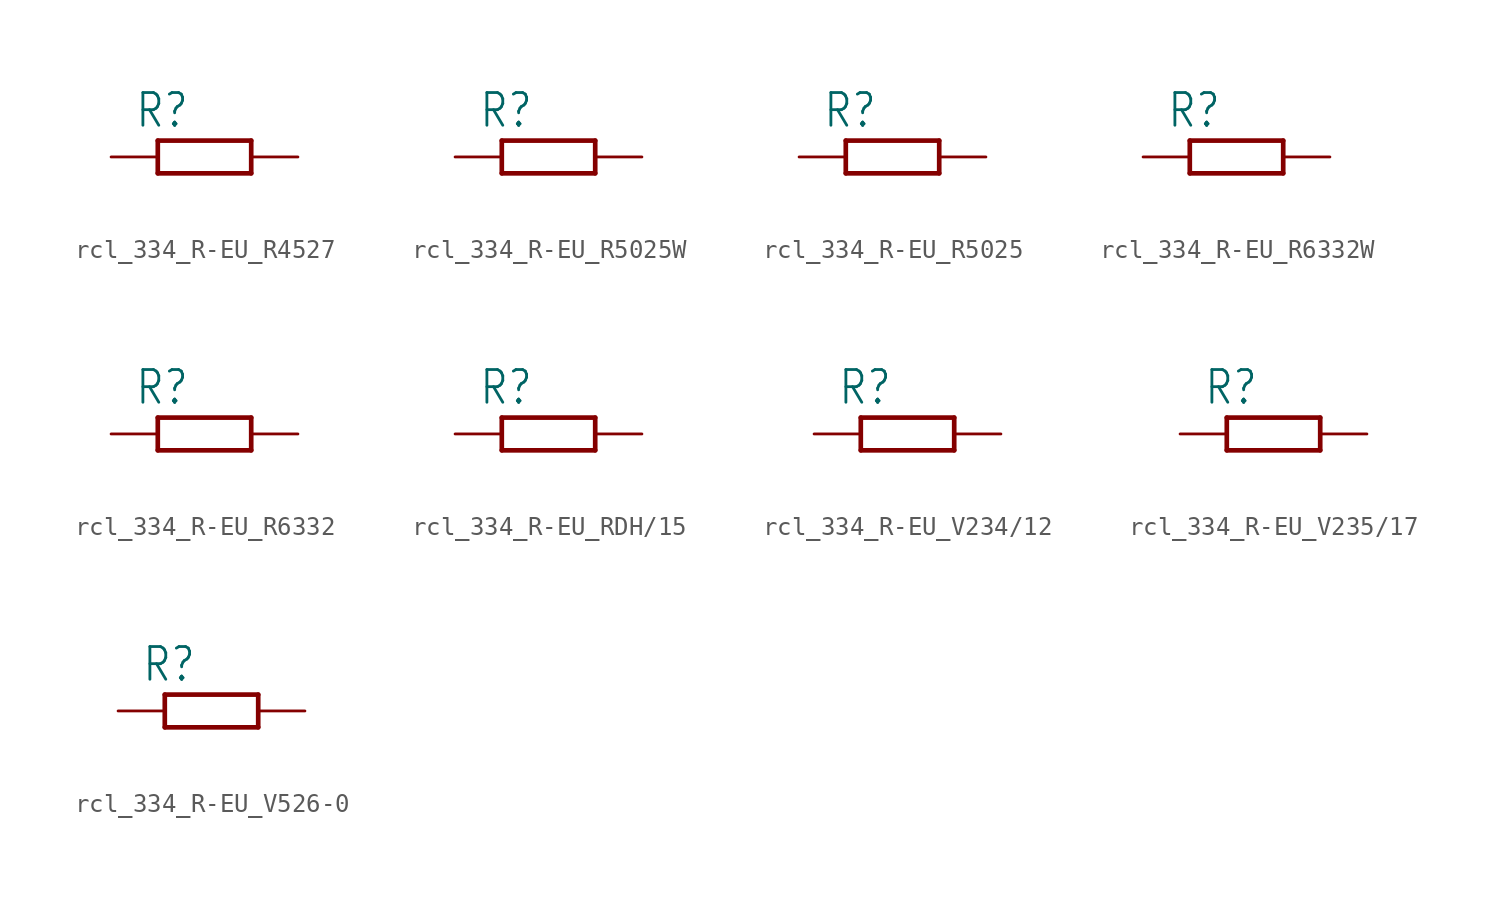
<source format=kicad_sym>
(kicad_symbol_lib
  (version 20241209)
  (generator "kicad_symbol_editor")
  (generator_version "9.0")
  (symbol "rcl_334_R-EU_R4527"
    (property "Reference" "R"
      (at -3.81 1.499 0)
      (effects (font (size 1.778 1.511)) (justify left bottom)))
    (property "Value" ""
      (at -3.81 -3.302 0)
      (effects (font (size 1.778 1.511)) (justify left bottom)))
    (property "ki_locked" ""
      (at 0 0 0)
      (effects (font (size 1.27 1.27))))
    (symbol "rcl_334_R-EU_R4527_1_0"
      (polyline (pts (xy -2.54 -0.889) (xy -2.54 0.889)) (stroke (width 0.254) (type solid)) (fill (type none)))
      (polyline (pts (xy -2.54 -0.889) (xy 2.54 -0.889)) (stroke (width 0.254) (type solid)) (fill (type none)))
      (polyline (pts (xy 2.54 0.889) (xy -2.54 0.889)) (stroke (width 0.254) (type solid)) (fill (type none)))
      (polyline (pts (xy 2.54 -0.889) (xy 2.54 0.889)) (stroke (width 0.254) (type solid)) (fill (type none)))
      (pin passive line (at -5.08 0 0) (length 2.54) (name "1" (effects (font (size 0 0)))) (number "1" (effects (font (size 0 0)))))
      (pin passive line (at 5.08 0 180) (length 2.54) (name "2" (effects (font (size 0 0)))) (number "2" (effects (font (size 0 0)))))))
  (symbol "rcl_334_R-EU_R5025W"
    (property "Reference" "R"
      (at -3.81 1.499 0)
      (effects (font (size 1.778 1.511)) (justify left bottom)))
    (property "Value" ""
      (at -3.81 -3.302 0)
      (effects (font (size 1.778 1.511)) (justify left bottom)))
    (property "ki_locked" ""
      (at 0 0 0)
      (effects (font (size 1.27 1.27))))
    (symbol "rcl_334_R-EU_R5025W_1_0"
      (polyline (pts (xy -2.54 -0.889) (xy -2.54 0.889)) (stroke (width 0.254) (type solid)) (fill (type none)))
      (polyline (pts (xy -2.54 -0.889) (xy 2.54 -0.889)) (stroke (width 0.254) (type solid)) (fill (type none)))
      (polyline (pts (xy 2.54 0.889) (xy -2.54 0.889)) (stroke (width 0.254) (type solid)) (fill (type none)))
      (polyline (pts (xy 2.54 -0.889) (xy 2.54 0.889)) (stroke (width 0.254) (type solid)) (fill (type none)))
      (pin passive line (at -5.08 0 0) (length 2.54) (name "1" (effects (font (size 0 0)))) (number "1" (effects (font (size 0 0)))))
      (pin passive line (at 5.08 0 180) (length 2.54) (name "2" (effects (font (size 0 0)))) (number "2" (effects (font (size 0 0)))))))
  (symbol "rcl_334_R-EU_R5025"
    (property "Reference" "R"
      (at -3.81 1.499 0)
      (effects (font (size 1.778 1.511)) (justify left bottom)))
    (property "Value" ""
      (at -3.81 -3.302 0)
      (effects (font (size 1.778 1.511)) (justify left bottom)))
    (property "ki_locked" ""
      (at 0 0 0)
      (effects (font (size 1.27 1.27))))
    (symbol "rcl_334_R-EU_R5025_1_0"
      (polyline (pts (xy -2.54 -0.889) (xy -2.54 0.889)) (stroke (width 0.254) (type solid)) (fill (type none)))
      (polyline (pts (xy -2.54 -0.889) (xy 2.54 -0.889)) (stroke (width 0.254) (type solid)) (fill (type none)))
      (polyline (pts (xy 2.54 0.889) (xy -2.54 0.889)) (stroke (width 0.254) (type solid)) (fill (type none)))
      (polyline (pts (xy 2.54 -0.889) (xy 2.54 0.889)) (stroke (width 0.254) (type solid)) (fill (type none)))
      (pin passive line (at -5.08 0 0) (length 2.54) (name "1" (effects (font (size 0 0)))) (number "1" (effects (font (size 0 0)))))
      (pin passive line (at 5.08 0 180) (length 2.54) (name "2" (effects (font (size 0 0)))) (number "2" (effects (font (size 0 0)))))))
  (symbol "rcl_334_R-EU_R6332W"
    (property "Reference" "R"
      (at -3.81 1.499 0)
      (effects (font (size 1.778 1.511)) (justify left bottom)))
    (property "Value" ""
      (at -3.81 -3.302 0)
      (effects (font (size 1.778 1.511)) (justify left bottom)))
    (property "ki_locked" ""
      (at 0 0 0)
      (effects (font (size 1.27 1.27))))
    (symbol "rcl_334_R-EU_R6332W_1_0"
      (polyline (pts (xy -2.54 -0.889) (xy -2.54 0.889)) (stroke (width 0.254) (type solid)) (fill (type none)))
      (polyline (pts (xy -2.54 -0.889) (xy 2.54 -0.889)) (stroke (width 0.254) (type solid)) (fill (type none)))
      (polyline (pts (xy 2.54 0.889) (xy -2.54 0.889)) (stroke (width 0.254) (type solid)) (fill (type none)))
      (polyline (pts (xy 2.54 -0.889) (xy 2.54 0.889)) (stroke (width 0.254) (type solid)) (fill (type none)))
      (pin passive line (at -5.08 0 0) (length 2.54) (name "1" (effects (font (size 0 0)))) (number "1" (effects (font (size 0 0)))))
      (pin passive line (at 5.08 0 180) (length 2.54) (name "2" (effects (font (size 0 0)))) (number "2" (effects (font (size 0 0)))))))
  (symbol "rcl_334_R-EU_R6332"
    (property "Reference" "R"
      (at -3.81 1.499 0)
      (effects (font (size 1.778 1.511)) (justify left bottom)))
    (property "Value" ""
      (at -3.81 -3.302 0)
      (effects (font (size 1.778 1.511)) (justify left bottom)))
    (property "ki_locked" ""
      (at 0 0 0)
      (effects (font (size 1.27 1.27))))
    (symbol "rcl_334_R-EU_R6332_1_0"
      (polyline (pts (xy -2.54 -0.889) (xy -2.54 0.889)) (stroke (width 0.254) (type solid)) (fill (type none)))
      (polyline (pts (xy -2.54 -0.889) (xy 2.54 -0.889)) (stroke (width 0.254) (type solid)) (fill (type none)))
      (polyline (pts (xy 2.54 0.889) (xy -2.54 0.889)) (stroke (width 0.254) (type solid)) (fill (type none)))
      (polyline (pts (xy 2.54 -0.889) (xy 2.54 0.889)) (stroke (width 0.254) (type solid)) (fill (type none)))
      (pin passive line (at -5.08 0 0) (length 2.54) (name "1" (effects (font (size 0 0)))) (number "1" (effects (font (size 0 0)))))
      (pin passive line (at 5.08 0 180) (length 2.54) (name "2" (effects (font (size 0 0)))) (number "2" (effects (font (size 0 0)))))))
  (symbol "rcl_334_R-EU_RDH/15"
    (property "Reference" "R"
      (at -3.81 1.499 0)
      (effects (font (size 1.778 1.511)) (justify left bottom)))
    (property "Value" ""
      (at -3.81 -3.302 0)
      (effects (font (size 1.778 1.511)) (justify left bottom)))
    (property "ki_locked" ""
      (at 0 0 0)
      (effects (font (size 1.27 1.27))))
    (symbol "rcl_334_R-EU_RDH/15_1_0"
      (polyline (pts (xy -2.54 -0.889) (xy -2.54 0.889)) (stroke (width 0.254) (type solid)) (fill (type none)))
      (polyline (pts (xy -2.54 -0.889) (xy 2.54 -0.889)) (stroke (width 0.254) (type solid)) (fill (type none)))
      (polyline (pts (xy 2.54 0.889) (xy -2.54 0.889)) (stroke (width 0.254) (type solid)) (fill (type none)))
      (polyline (pts (xy 2.54 -0.889) (xy 2.54 0.889)) (stroke (width 0.254) (type solid)) (fill (type none)))
      (pin passive line (at -5.08 0 0) (length 2.54) (name "1" (effects (font (size 0 0)))) (number "1" (effects (font (size 0 0)))))
      (pin passive line (at 5.08 0 180) (length 2.54) (name "2" (effects (font (size 0 0)))) (number "2" (effects (font (size 0 0)))))))
  (symbol "rcl_334_R-EU_V234/12"
    (property "Reference" "R"
      (at -3.81 1.499 0)
      (effects (font (size 1.778 1.511)) (justify left bottom)))
    (property "Value" ""
      (at -3.81 -3.302 0)
      (effects (font (size 1.778 1.511)) (justify left bottom)))
    (property "ki_locked" ""
      (at 0 0 0)
      (effects (font (size 1.27 1.27))))
    (symbol "rcl_334_R-EU_V234/12_1_0"
      (polyline (pts (xy -2.54 -0.889) (xy -2.54 0.889)) (stroke (width 0.254) (type solid)) (fill (type none)))
      (polyline (pts (xy -2.54 -0.889) (xy 2.54 -0.889)) (stroke (width 0.254) (type solid)) (fill (type none)))
      (polyline (pts (xy 2.54 0.889) (xy -2.54 0.889)) (stroke (width 0.254) (type solid)) (fill (type none)))
      (polyline (pts (xy 2.54 -0.889) (xy 2.54 0.889)) (stroke (width 0.254) (type solid)) (fill (type none)))
      (pin passive line (at -5.08 0 0) (length 2.54) (name "1" (effects (font (size 0 0)))) (number "1" (effects (font (size 0 0)))))
      (pin passive line (at 5.08 0 180) (length 2.54) (name "2" (effects (font (size 0 0)))) (number "2" (effects (font (size 0 0)))))))
  (symbol "rcl_334_R-EU_V235/17"
    (property "Reference" "R"
      (at -3.81 1.499 0)
      (effects (font (size 1.778 1.511)) (justify left bottom)))
    (property "Value" ""
      (at -3.81 -3.302 0)
      (effects (font (size 1.778 1.511)) (justify left bottom)))
    (property "ki_locked" ""
      (at 0 0 0)
      (effects (font (size 1.27 1.27))))
    (symbol "rcl_334_R-EU_V235/17_1_0"
      (polyline (pts (xy -2.54 -0.889) (xy -2.54 0.889)) (stroke (width 0.254) (type solid)) (fill (type none)))
      (polyline (pts (xy -2.54 -0.889) (xy 2.54 -0.889)) (stroke (width 0.254) (type solid)) (fill (type none)))
      (polyline (pts (xy 2.54 0.889) (xy -2.54 0.889)) (stroke (width 0.254) (type solid)) (fill (type none)))
      (polyline (pts (xy 2.54 -0.889) (xy 2.54 0.889)) (stroke (width 0.254) (type solid)) (fill (type none)))
      (pin passive line (at -5.08 0 0) (length 2.54) (name "1" (effects (font (size 0 0)))) (number "1" (effects (font (size 0 0)))))
      (pin passive line (at 5.08 0 180) (length 2.54) (name "2" (effects (font (size 0 0)))) (number "2" (effects (font (size 0 0)))))))
  (symbol "rcl_334_R-EU_V526-0"
    (property "Reference" "R"
      (at -3.81 1.499 0)
      (effects (font (size 1.778 1.511)) (justify left bottom)))
    (property "Value" ""
      (at -3.81 -3.302 0)
      (effects (font (size 1.778 1.511)) (justify left bottom)))
    (property "ki_locked" ""
      (at 0 0 0)
      (effects (font (size 1.27 1.27))))
    (symbol "rcl_334_R-EU_V526-0_1_0"
      (polyline (pts (xy -2.54 -0.889) (xy -2.54 0.889)) (stroke (width 0.254) (type solid)) (fill (type none)))
      (polyline (pts (xy -2.54 -0.889) (xy 2.54 -0.889)) (stroke (width 0.254) (type solid)) (fill (type none)))
      (polyline (pts (xy 2.54 0.889) (xy -2.54 0.889)) (stroke (width 0.254) (type solid)) (fill (type none)))
      (polyline (pts (xy 2.54 -0.889) (xy 2.54 0.889)) (stroke (width 0.254) (type solid)) (fill (type none)))
      (pin passive line (at -5.08 0 0) (length 2.54) (name "1" (effects (font (size 0 0)))) (number "1" (effects (font (size 0 0)))))
      (pin passive line (at 5.08 0 180) (length 2.54) (name "2" (effects (font (size 0 0)))) (number "2" (effects (font (size 0 0))))))))
</source>
